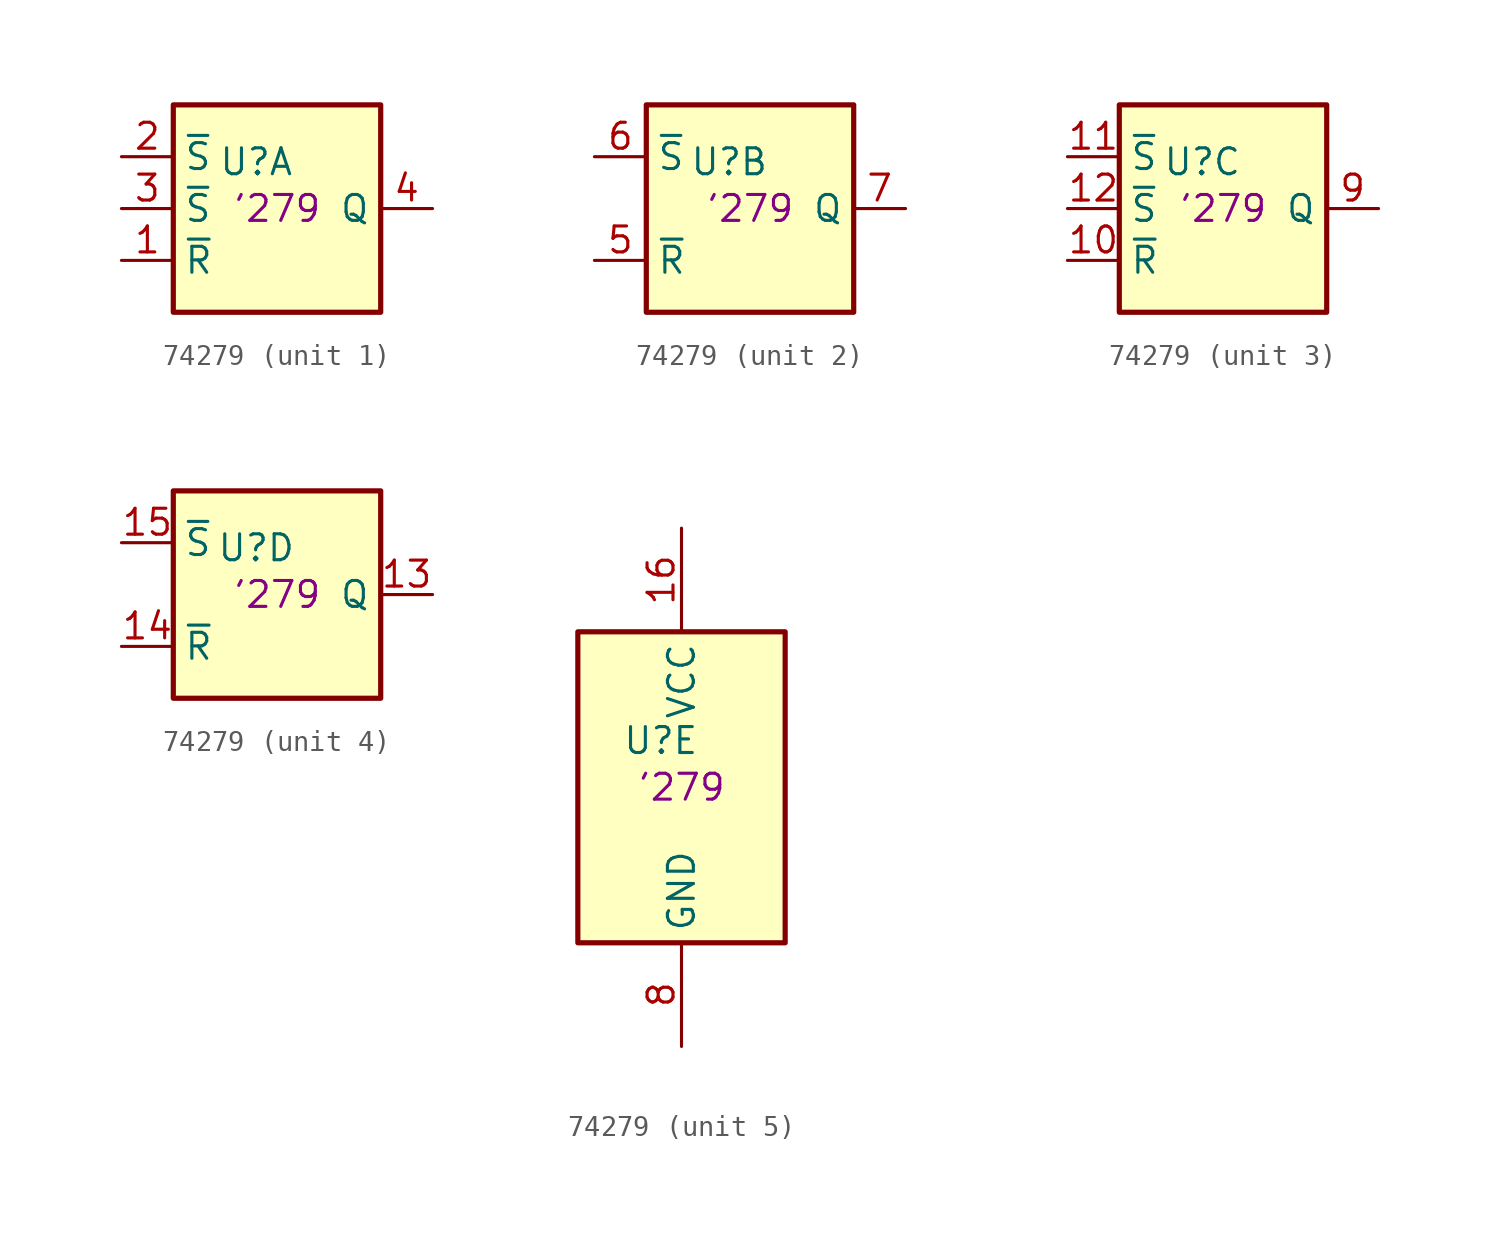
<source format=kicad_sym>
(kicad_symbol_lib
  (version 20241209)
  (generator "kicad_symbol_editor")
  (generator_version "9.0")
  (symbol "74279"
    (property "Reference" "U"
      (at -1.016 2.286 0)
      (effects (font (size 1.27 1.27))))
    (property "Val" "'279"
      (at 0 0 0)
      (effects (font (size 1.27 1.27))))
    (property "ki_locked" ""
      (at 0 0 0)
      (effects (font (size 1.27 1.27))))
    (symbol "74279_1_1"
      (rectangle (start -5.08 5.08) (end 5.08 -5.08) (stroke (width 0.254) (type default)) (fill (type background)))
      (pin input line (at -7.62 2.54 0) (length 2.54) (name "~{S}" (effects (font (size 1.27 1.27)))) (number "2" (effects (font (size 1.27 1.27)))))
      (pin input line (at -7.62 0 0) (length 2.54) (name "~{S}" (effects (font (size 1.27 1.27)))) (number "3" (effects (font (size 1.27 1.27)))))
      (pin input line (at -7.62 -2.54 0) (length 2.54) (name "~{R}" (effects (font (size 1.27 1.27)))) (number "1" (effects (font (size 1.27 1.27)))))
      (pin output line (at 7.62 0 180) (length 2.54) (name "Q" (effects (font (size 1.27 1.27)))) (number "4" (effects (font (size 1.27 1.27))))))
    (symbol "74279_2_1"
      (rectangle (start -5.08 5.08) (end 5.08 -5.08) (stroke (width 0.254) (type default)) (fill (type background)))
      (pin input line (at -7.62 2.54 0) (length 2.54) (name "~{S}" (effects (font (size 1.27 1.27)))) (number "6" (effects (font (size 1.27 1.27)))))
      (pin input line (at -7.62 -2.54 0) (length 2.54) (name "~{R}" (effects (font (size 1.27 1.27)))) (number "5" (effects (font (size 1.27 1.27)))))
      (pin output line (at 7.62 0 180) (length 2.54) (name "Q" (effects (font (size 1.27 1.27)))) (number "7" (effects (font (size 1.27 1.27))))))
    (symbol "74279_3_1"
      (rectangle (start -5.08 5.08) (end 5.08 -5.08) (stroke (width 0.254) (type default)) (fill (type background)))
      (pin input line (at -7.62 2.54 0) (length 2.54) (name "~{S}" (effects (font (size 1.27 1.27)))) (number "11" (effects (font (size 1.27 1.27)))))
      (pin input line (at -7.62 0 0) (length 2.54) (name "~{S}" (effects (font (size 1.27 1.27)))) (number "12" (effects (font (size 1.27 1.27)))))
      (pin input line (at -7.62 -2.54 0) (length 2.54) (name "~{R}" (effects (font (size 1.27 1.27)))) (number "10" (effects (font (size 1.27 1.27)))))
      (pin output line (at 7.62 0 180) (length 2.54) (name "Q" (effects (font (size 1.27 1.27)))) (number "9" (effects (font (size 1.27 1.27))))))
    (symbol "74279_4_1"
      (rectangle (start -5.08 5.08) (end 5.08 -5.08) (stroke (width 0.254) (type default)) (fill (type background)))
      (pin input line (at -7.62 2.54 0) (length 2.54) (name "~{S}" (effects (font (size 1.27 1.27)))) (number "15" (effects (font (size 1.27 1.27)))))
      (pin input line (at -7.62 -2.54 0) (length 2.54) (name "~{R}" (effects (font (size 1.27 1.27)))) (number "14" (effects (font (size 1.27 1.27)))))
      (pin output line (at 7.62 0 180) (length 2.54) (name "Q" (effects (font (size 1.27 1.27)))) (number "13" (effects (font (size 1.27 1.27))))))
    (symbol "74279_5_0"
      (pin power_in line (at 0 12.7 270) (length 5.08) (name "VCC" (effects (font (size 1.27 1.27)))) (number "16" (effects (font (size 1.27 1.27)))))
      (pin power_in line (at 0 -12.7 90) (length 5.08) (name "GND" (effects (font (size 1.27 1.27)))) (number "8" (effects (font (size 1.27 1.27))))))
    (symbol "74279_5_1"
      (rectangle (start -5.08 7.62) (end 5.08 -7.62) (stroke (width 0.254) (type default)) (fill (type background))))))
</source>
